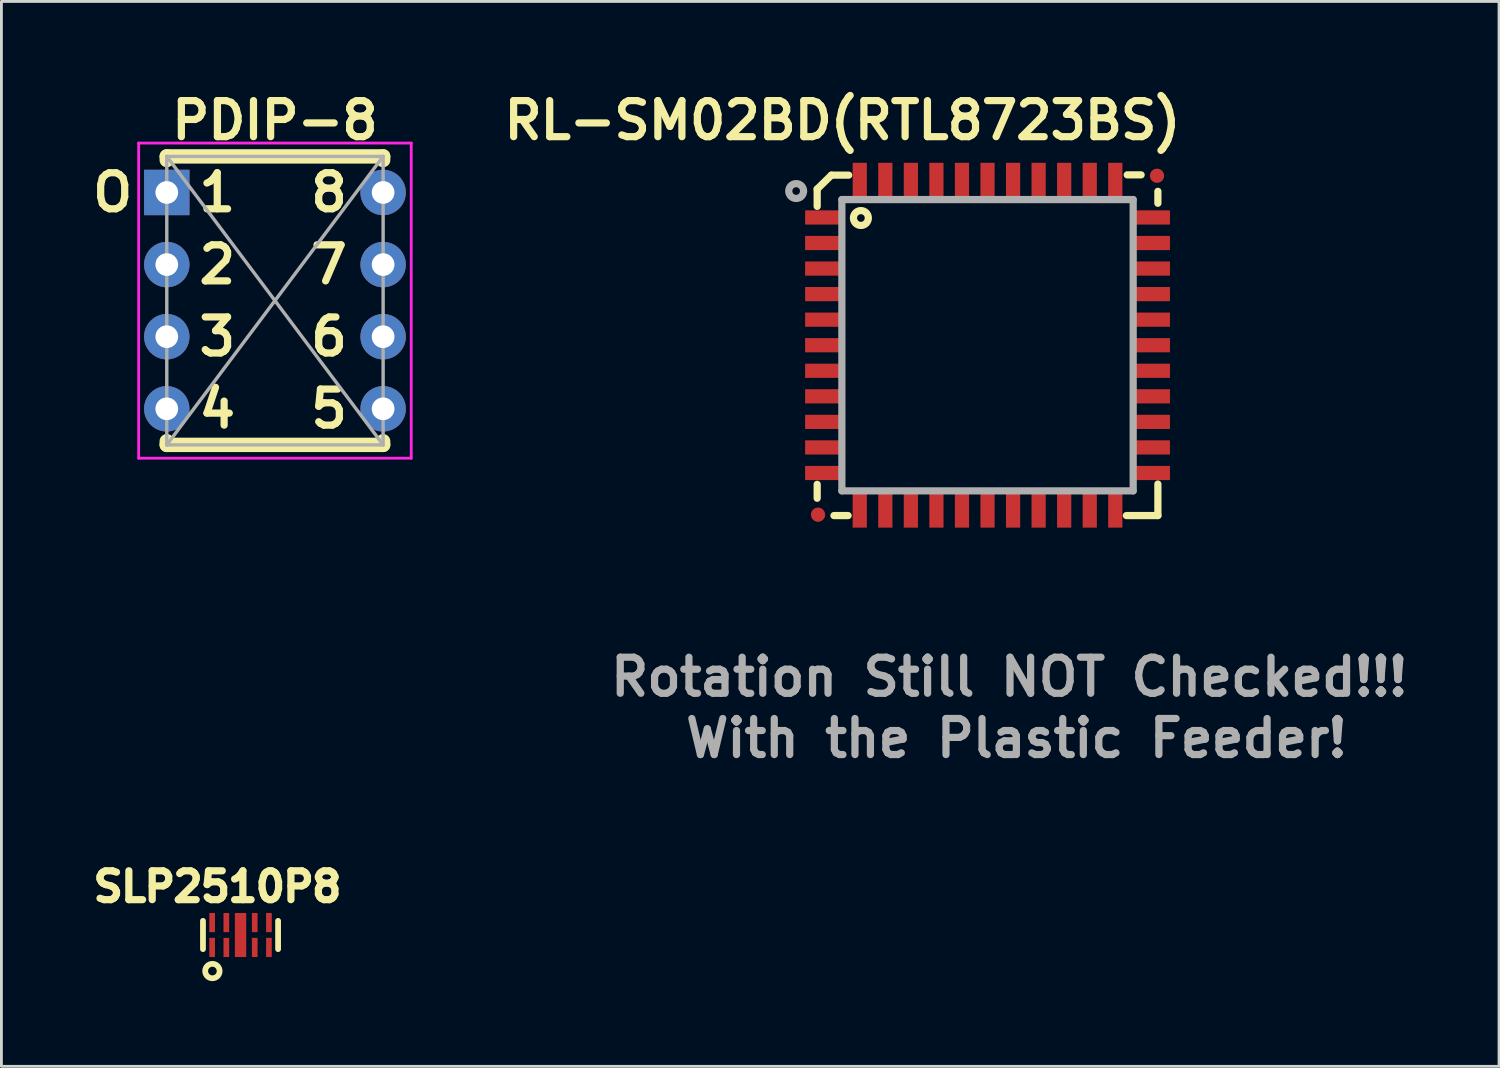
<source format=kicad_pcb>
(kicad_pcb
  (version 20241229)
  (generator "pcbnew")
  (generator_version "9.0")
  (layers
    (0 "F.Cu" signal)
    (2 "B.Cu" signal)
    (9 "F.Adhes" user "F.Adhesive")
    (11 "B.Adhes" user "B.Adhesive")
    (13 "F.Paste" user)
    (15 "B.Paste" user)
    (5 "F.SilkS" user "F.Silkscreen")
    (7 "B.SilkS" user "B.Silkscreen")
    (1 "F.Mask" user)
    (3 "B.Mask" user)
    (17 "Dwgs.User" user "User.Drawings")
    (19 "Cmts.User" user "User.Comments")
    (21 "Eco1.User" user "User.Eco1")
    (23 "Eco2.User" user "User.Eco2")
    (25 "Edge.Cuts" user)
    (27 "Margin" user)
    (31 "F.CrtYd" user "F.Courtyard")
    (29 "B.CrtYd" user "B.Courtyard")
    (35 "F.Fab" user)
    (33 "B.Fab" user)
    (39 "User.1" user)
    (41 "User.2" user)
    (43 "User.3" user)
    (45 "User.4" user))
  (footprint "PDIP-8"
    (layer "F.Cu")
    (at 6.634 7.539)
    (property "Reference" "PDIP-8" (at 0 -6.35 0) (layer "F.SilkS") (effects (font (size 1.27 1.27) (thickness 0.254))))
    (attr through_hole)
    (fp_line (start -3.81 -5.08) (end -3.81 -4.953) (stroke (width 0.508) (type solid)) (layer "F.SilkS"))
    (fp_line (start -3.81 -5.08) (end 3.81 -5.08) (stroke (width 0.508) (type solid)) (layer "F.SilkS"))
    (fp_line (start -3.81 5.08) (end -3.81 4.953) (stroke (width 0.508) (type solid)) (layer "F.SilkS"))
    (fp_line (start -3.81 5.08) (end 3.81 5.08) (stroke (width 0.508) (type solid)) (layer "F.SilkS"))
    (fp_line (start 3.81 -5.08) (end 3.81 -4.953) (stroke (width 0.508) (type solid)) (layer "F.SilkS"))
    (fp_line (start 3.81 4.953) (end 3.81 5.08) (stroke (width 0.508) (type solid)) (layer "F.SilkS"))
    (fp_line (start -4.8 -5.55) (end 4.8 -5.55) (stroke (width 0.1) (type solid)) (layer "F.CrtYd"))
    (fp_line (start -4.8 5.55) (end -4.8 -5.55) (stroke (width 0.1) (type solid)) (layer "F.CrtYd"))
    (fp_line (start 4.8 -5.55) (end 4.8 5.55) (stroke (width 0.1) (type solid)) (layer "F.CrtYd"))
    (fp_line (start 4.8 5.55) (end -4.8 5.55) (stroke (width 0.1) (type solid)) (layer "F.CrtYd"))
    (fp_line (start -3.81 -5.08) (end -3.81 5.08) (stroke (width 0.12) (type solid)) (layer "F.Fab"))
    (fp_line (start -3.81 -5.08) (end 3.81 5.08) (stroke (width 0.12) (type solid)) (layer "F.Fab"))
    (fp_line (start -3.81 5.08) (end 3.81 -5.08) (stroke (width 0.12) (type solid)) (layer "F.Fab"))
    (fp_line (start 3.81 -5.08) (end -3.81 -5.08) (stroke (width 0.12) (type solid)) (layer "F.Fab"))
    (fp_line (start 3.81 -5.08) (end 3.81 5.08) (stroke (width 0.12) (type solid)) (layer "F.Fab"))
    (fp_line (start 3.81 5.08) (end -3.81 5.08) (stroke (width 0.12) (type solid)) (layer "F.Fab"))
    (fp_text user "8" (at 1.905 -3.81 0) (layer "F.SilkS") (effects (font (size 1.27 1.27) (thickness 0.254))))
    (fp_text user "O" (at -5.715 -3.81 0) (layer "F.SilkS") (effects (font (size 1.27 1.27) (thickness 0.254))))
    (fp_text user "4" (at -2.032 3.81 0) (layer "F.SilkS") (effects (font (size 1.27 1.27) (thickness 0.254))))
    (fp_text user "2" (at -2.032 -1.27 0) (layer "F.SilkS") (effects (font (size 1.27 1.27) (thickness 0.254))))
    (fp_text user "6" (at 1.905 1.27 0) (layer "F.SilkS") (effects (font (size 1.27 1.27) (thickness 0.254))))
    (fp_text user "7" (at 1.905 -1.27 0) (layer "F.SilkS") (effects (font (size 1.27 1.27) (thickness 0.254))))
    (fp_text user "3" (at -2.032 1.27 0) (layer "F.SilkS") (effects (font (size 1.27 1.27) (thickness 0.254))))
    (fp_text user "1" (at -2.032 -3.81 0) (layer "F.SilkS") (effects (font (size 1.27 1.27) (thickness 0.254))))
    (fp_text user "5" (at 1.905 3.81 0) (layer "F.SilkS") (effects (font (size 1.27 1.27) (thickness 0.254))))
    (pad "1" thru_hole rect (at -3.81 -3.81 270) (size 1.6 1.6) (drill 0.8) (layers "*.Cu" "*.Mask"))
    (pad "2" thru_hole circle (at -3.81 -1.27 270) (size 1.6 1.6) (drill 0.8) (layers "*.Cu" "*.Mask"))
    (pad "3" thru_hole circle (at -3.81 1.27 270) (size 1.6 1.6) (drill 0.8) (layers "*.Cu" "*.Mask"))
    (pad "4" thru_hole circle (at -3.81 3.81 270) (size 1.6 1.6) (drill 0.8) (layers "*.Cu" "*.Mask"))
    (pad "5" thru_hole circle (at 3.81 3.81 270) (size 1.6 1.6) (drill 0.8) (layers "*.Cu" "*.Mask"))
    (pad "6" thru_hole circle (at 3.81 1.27 270) (size 1.6 1.6) (drill 0.8) (layers "*.Cu" "*.Mask"))
    (pad "7" thru_hole circle (at 3.81 -1.27 270) (size 1.6 1.6) (drill 0.8) (layers "*.Cu" "*.Mask"))
    (pad "8" thru_hole circle (at 3.81 -3.81 270) (size 1.6 1.6) (drill 0.8) (layers "*.Cu" "*.Mask")))
  (footprint "RL-SM02BD(RTL8723BS)"
    (layer "F.Cu")
    (at 31.732 9.109)
    (property "Reference" "RL-SM02BD(RTL8723BS)" (at -5.11 -7.92 0) (layer "F.SilkS") (effects (font (size 1.27 1.27) (thickness 0.254))))
    (attr smd)
    (fp_line (start -6 -5.5) (end -6 -4.89) (stroke (width 0.254) (type solid)) (layer "F.SilkS"))
    (fp_line (start -6 -5.5) (end -5.5 -5.99) (stroke (width 0.254) (type solid)) (layer "F.SilkS"))
    (fp_line (start -6 4.9) (end -6 5.39) (stroke (width 0.254) (type solid)) (layer "F.SilkS"))
    (fp_line (start -5.5 -5.99) (end -4.89 -5.99) (stroke (width 0.254) (type solid)) (layer "F.SilkS"))
    (fp_line (start -5.41 6) (end -4.91 6) (stroke (width 0.254) (type solid)) (layer "F.SilkS"))
    (fp_line (start 4.92 -6) (end 5.41 -6) (stroke (width 0.254) (type solid)) (layer "F.SilkS"))
    (fp_line (start 6 -5) (end 6 -5.42) (stroke (width 0.254) (type solid)) (layer "F.SilkS"))
    (fp_line (start 6 6) (end 4.89 6) (stroke (width 0.254) (type solid)) (layer "F.SilkS"))
    (fp_line (start 6 6) (end 6 4.89) (stroke (width 0.254) (type solid)) (layer "F.SilkS"))
    (fp_circle (center -4.46 -4.48) (end -4.21 -4.56) (stroke (width 0.254) (type solid)) (fill no) (layer "F.SilkS"))
    (fp_line (start -5.13 -5.13) (end 5.13 -5.13) (stroke (width 0.254) (type solid)) (layer "F.Fab"))
    (fp_line (start -5.13 5.13) (end -5.13 -5.13) (stroke (width 0.254) (type solid)) (layer "F.Fab"))
    (fp_line (start 5.13 -5.13) (end 5.13 5.13) (stroke (width 0.254) (type solid)) (layer "F.Fab"))
    (fp_line (start 5.13 5.13) (end -5.13 5.13) (stroke (width 0.254) (type solid)) (layer "F.Fab"))
    (fp_circle (center -6.74 -5.43) (end -6.478 -5.43) (stroke (width 0.254) (type solid)) (fill no) (layer "F.Fab"))
    (fp_text user "With the Plastic Feeder!" (at 1.016 13.843 0) (layer "F.Fab") (effects (font (size 1.27 1.27) (thickness 0.254))))
    (fp_text user "Rotation Still NOT Checked!!!" (at 0.762 11.684 0) (layer "F.Fab") (effects (font (size 1.27 1.27) (thickness 0.254))))
    (pad "1" smd rect (at -5.775 -4.5) (size 1.3 0.5) (layers "F.Cu" "F.Mask" "F.Paste"))
    (pad "2" smd rect (at -5.775 -3.6) (size 1.3 0.5) (layers "F.Cu" "F.Mask" "F.Paste"))
    (pad "3" smd rect (at -5.775 -2.7) (size 1.3 0.5) (layers "F.Cu" "F.Mask" "F.Paste"))
    (pad "4" smd rect (at -5.775 -1.8) (size 1.3 0.5) (layers "F.Cu" "F.Mask" "F.Paste"))
    (pad "5" smd rect (at -5.775 -0.9) (size 1.3 0.5) (layers "F.Cu" "F.Mask" "F.Paste"))
    (pad "6" smd rect (at -5.775 0) (size 1.3 0.5) (layers "F.Cu" "F.Mask" "F.Paste"))
    (pad "7" smd rect (at -5.775 0.9) (size 1.3 0.5) (layers "F.Cu" "F.Mask" "F.Paste"))
    (pad "8" smd rect (at -5.775 1.8) (size 1.3 0.5) (layers "F.Cu" "F.Mask" "F.Paste"))
    (pad "9" smd rect (at -5.775 2.7) (size 1.3 0.5) (layers "F.Cu" "F.Mask" "F.Paste"))
    (pad "10" smd rect (at -5.775 3.6) (size 1.3 0.5) (layers "F.Cu" "F.Mask" "F.Paste"))
    (pad "11" smd rect (at -5.775 4.5) (size 1.3 0.5) (layers "F.Cu" "F.Mask" "F.Paste"))
    (pad "12" smd rect (at -4.5 5.775 90) (size 1.3 0.5) (layers "F.Cu" "F.Mask" "F.Paste"))
    (pad "13" smd rect (at -3.6 5.775 90) (size 1.3 0.5) (layers "F.Cu" "F.Mask" "F.Paste"))
    (pad "14" smd rect (at -2.7 5.775 90) (size 1.3 0.5) (layers "F.Cu" "F.Mask" "F.Paste"))
    (pad "15" smd rect (at -1.8 5.775 90) (size 1.3 0.5) (layers "F.Cu" "F.Mask" "F.Paste"))
    (pad "16" smd rect (at -0.9 5.775 90) (size 1.3 0.5) (layers "F.Cu" "F.Mask" "F.Paste"))
    (pad "17" smd rect (at 0 5.775 90) (size 1.3 0.5) (layers "F.Cu" "F.Mask" "F.Paste"))
    (pad "18" smd rect (at 0.9 5.775 90) (size 1.3 0.5) (layers "F.Cu" "F.Mask" "F.Paste"))
    (pad "19" smd rect (at 1.8 5.775 90) (size 1.3 0.5) (layers "F.Cu" "F.Mask" "F.Paste"))
    (pad "20" smd rect (at 2.7 5.775 90) (size 1.3 0.5) (layers "F.Cu" "F.Mask" "F.Paste"))
    (pad "21" smd rect (at 3.6 5.775 90) (size 1.3 0.5) (layers "F.Cu" "F.Mask" "F.Paste"))
    (pad "22" smd rect (at 4.5 5.775 90) (size 1.3 0.5) (layers "F.Cu" "F.Mask" "F.Paste"))
    (pad "23" smd rect (at 5.775 4.5 180) (size 1.3 0.5) (layers "F.Cu" "F.Mask" "F.Paste"))
    (pad "24" smd rect (at 5.775 3.6 180) (size 1.3 0.5) (layers "F.Cu" "F.Mask" "F.Paste"))
    (pad "25" smd rect (at 5.775 2.7 180) (size 1.3 0.5) (layers "F.Cu" "F.Mask" "F.Paste"))
    (pad "26" smd rect (at 5.775 1.8 180) (size 1.3 0.5) (layers "F.Cu" "F.Mask" "F.Paste"))
    (pad "27" smd rect (at 5.775 0.9 180) (size 1.3 0.5) (layers "F.Cu" "F.Mask" "F.Paste"))
    (pad "28" smd rect (at 5.775 0 180) (size 1.3 0.5) (layers "F.Cu" "F.Mask" "F.Paste"))
    (pad "29" smd rect (at 5.775 -0.9 180) (size 1.3 0.5) (layers "F.Cu" "F.Mask" "F.Paste"))
    (pad "30" smd rect (at 5.775 -1.8 180) (size 1.3 0.5) (layers "F.Cu" "F.Mask" "F.Paste"))
    (pad "31" smd rect (at 5.775 -2.7 180) (size 1.3 0.5) (layers "F.Cu" "F.Mask" "F.Paste"))
    (pad "32" smd rect (at 5.775 -3.6 180) (size 1.3 0.5) (layers "F.Cu" "F.Mask" "F.Paste"))
    (pad "33" smd rect (at 5.775 -4.5 180) (size 1.3 0.5) (layers "F.Cu" "F.Mask" "F.Paste"))
    (pad "34" smd rect (at 4.5 -5.775 270) (size 1.3 0.5) (layers "F.Cu" "F.Mask" "F.Paste"))
    (pad "35" smd rect (at 3.6 -5.775 270) (size 1.3 0.5) (layers "F.Cu" "F.Mask" "F.Paste"))
    (pad "36" smd rect (at 2.7 -5.775 270) (size 1.3 0.5) (layers "F.Cu" "F.Mask" "F.Paste"))
    (pad "37" smd rect (at 1.8 -5.775 270) (size 1.3 0.5) (layers "F.Cu" "F.Mask" "F.Paste"))
    (pad "38" smd rect (at 0.9 -5.775 270) (size 1.3 0.5) (layers "F.Cu" "F.Mask" "F.Paste"))
    (pad "39" smd rect (at 0 -5.775 270) (size 1.3 0.5) (layers "F.Cu" "F.Mask" "F.Paste"))
    (pad "40" smd rect (at -0.9 -5.775 270) (size 1.3 0.5) (layers "F.Cu" "F.Mask" "F.Paste"))
    (pad "41" smd rect (at -1.8 -5.775 270) (size 1.3 0.5) (layers "F.Cu" "F.Mask" "F.Paste"))
    (pad "42" smd rect (at -2.7 -5.775 270) (size 1.3 0.5) (layers "F.Cu" "F.Mask" "F.Paste"))
    (pad "43" smd rect (at -3.6 -5.775 270) (size 1.3 0.5) (layers "F.Cu" "F.Mask" "F.Paste"))
    (pad "44" smd rect (at -4.5 -5.775 270) (size 1.3 0.5) (layers "F.Cu" "F.Mask" "F.Paste"))
    (pad "FID1" smd circle (at -5.969 5.969 270) (size 0.5 0.5) (layers "F.Cu" "F.Mask"))
    (pad "FID2" smd circle (at 5.969 -5.969 270) (size 0.5 0.5) (layers "F.Cu" "F.Mask")))
  (footprint "SLP2510P8"
    (layer "F.Cu")
    (at 5.422 29.882)
    (property "Reference" "SLP2510P8" (at -0.813 -1.702 0) (layer "F.SilkS") (effects (font (size 1.016 1.016) (thickness 0.254))))
    (attr smd)
    (fp_line (start -1.323 0.498) (end -1.323 -0.498) (stroke (width 0.203) (type solid)) (layer "F.SilkS"))
    (fp_line (start 1.323 0.498) (end 1.323 -0.498) (stroke (width 0.203) (type solid)) (layer "F.SilkS"))
    (fp_circle (center -0.991 1.27) (end -0.737 1.27) (stroke (width 0.203) (type solid)) (fill no) (layer "F.SilkS"))
    (pad "1" smd rect (at -1 0.438) (size 0.2 0.675) (layers "F.Cu" "F.Mask" "F.Paste"))
    (pad "2" smd rect (at -0.5 0.438) (size 0.2 0.675) (layers "F.Cu" "F.Mask" "F.Paste"))
    (pad "3" smd rect (at 0 0.388) (size 0.4 0.775) (layers "F.Cu" "F.Mask" "F.Paste"))
    (pad "4" smd rect (at 0.5 0.438) (size 0.2 0.675) (layers "F.Cu" "F.Mask" "F.Paste"))
    (pad "5" smd rect (at 1 0.438) (size 0.2 0.675) (layers "F.Cu" "F.Mask" "F.Paste"))
    (pad "6" smd rect (at 1 -0.438) (size 0.2 0.675) (layers "F.Cu" "F.Mask" "F.Paste"))
    (pad "7" smd rect (at 0.5 -0.438) (size 0.2 0.675) (layers "F.Cu" "F.Mask" "F.Paste"))
    (pad "8" smd rect (at 0 -0.388) (size 0.4 0.775) (layers "F.Cu" "F.Mask" "F.Paste"))
    (pad "9" smd rect (at -0.5 -0.438) (size 0.2 0.675) (layers "F.Cu" "F.Mask" "F.Paste"))
    (pad "10" smd rect (at -1 -0.438) (size 0.2 0.675) (layers "F.Cu" "F.Mask" "F.Paste")))
  (gr_rect
    (start -3 -3)
    (end 49.748 34.508)
    (stroke (width 0.1) (type default))
    (fill no)
    (layer "Edge.Cuts")))
</source>
